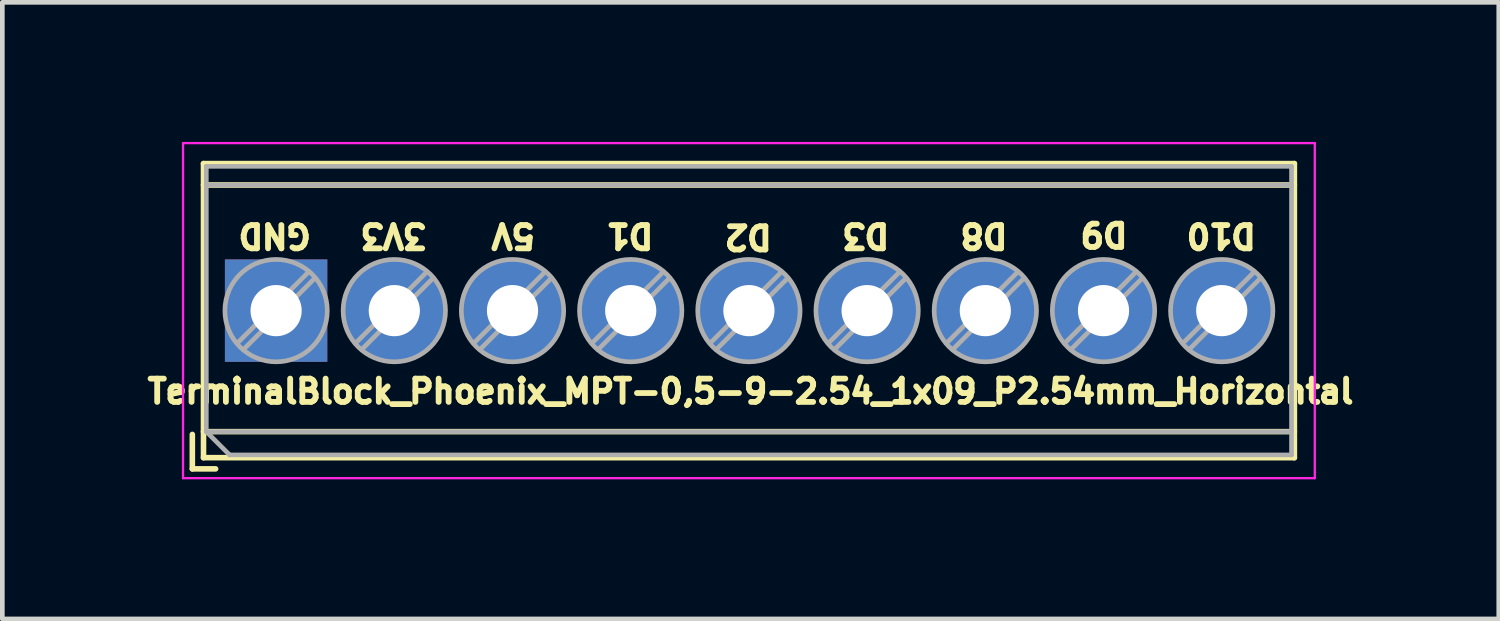
<source format=kicad_pcb>
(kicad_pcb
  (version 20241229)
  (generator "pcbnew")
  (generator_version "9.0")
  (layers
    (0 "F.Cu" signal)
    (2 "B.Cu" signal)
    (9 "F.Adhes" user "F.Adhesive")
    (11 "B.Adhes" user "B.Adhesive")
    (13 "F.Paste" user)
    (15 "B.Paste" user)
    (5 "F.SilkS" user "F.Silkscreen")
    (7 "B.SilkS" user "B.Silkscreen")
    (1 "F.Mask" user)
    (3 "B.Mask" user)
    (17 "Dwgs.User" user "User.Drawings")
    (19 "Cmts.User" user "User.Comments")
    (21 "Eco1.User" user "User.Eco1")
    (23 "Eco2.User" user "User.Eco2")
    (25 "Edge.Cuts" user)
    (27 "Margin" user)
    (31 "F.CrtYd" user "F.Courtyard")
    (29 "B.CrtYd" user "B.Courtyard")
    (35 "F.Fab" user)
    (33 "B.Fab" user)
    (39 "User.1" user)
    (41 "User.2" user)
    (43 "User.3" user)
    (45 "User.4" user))
  (footprint "TerminalBlock_Phoenix_MPT-0,5-9-2.54_1x09_P2.54mm_Horizontal"
    (layer "F.Cu")
    (at 2.883 3.625)
    (property "Reference" "TerminalBlock_Phoenix_MPT-0,5-9-2.54_1x09_P2.54mm_Horizontal" (at 10.195 1.736 0) (layer "F.SilkS") (effects (font (size 0.5 0.5) (thickness 0.125))))
    (attr through_hole)
    (fp_line (start -1.8 2.66) (end -1.8 3.4) (stroke (width 0.12) (type solid)) (layer "F.SilkS"))
    (fp_line (start -1.8 3.4) (end -1.3 3.4) (stroke (width 0.12) (type solid)) (layer "F.SilkS"))
    (fp_line (start -1.56 -3.16) (end -1.56 3.16) (stroke (width 0.12) (type solid)) (layer "F.SilkS"))
    (fp_line (start -1.56 -3.16) (end 21.881 -3.16) (stroke (width 0.12) (type solid)) (layer "F.SilkS"))
    (fp_line (start -1.56 -2.7) (end 21.881 -2.7) (stroke (width 0.12) (type solid)) (layer "F.SilkS"))
    (fp_line (start -1.56 2.6) (end 21.881 2.6) (stroke (width 0.12) (type solid)) (layer "F.SilkS"))
    (fp_line (start -1.56 3.16) (end 21.881 3.16) (stroke (width 0.12) (type solid)) (layer "F.SilkS"))
    (fp_line (start 21.881 -3.16) (end 21.881 3.16) (stroke (width 0.12) (type solid)) (layer "F.SilkS"))
    (fp_line (start -2 -3.6) (end -2 3.6) (stroke (width 0.05) (type solid)) (layer "F.CrtYd"))
    (fp_line (start -2 3.6) (end 22.32 3.6) (stroke (width 0.05) (type solid)) (layer "F.CrtYd"))
    (fp_line (start 22.32 -3.6) (end -2 -3.6) (stroke (width 0.05) (type solid)) (layer "F.CrtYd"))
    (fp_line (start 22.32 3.6) (end 22.32 -3.6) (stroke (width 0.05) (type solid)) (layer "F.CrtYd"))
    (fp_line (start -1.5 -3.1) (end 21.82 -3.1) (stroke (width 0.1) (type solid)) (layer "F.Fab"))
    (fp_line (start -1.5 -2.7) (end 21.82 -2.7) (stroke (width 0.1) (type solid)) (layer "F.Fab"))
    (fp_line (start -1.5 2.6) (end -1.5 -3.1) (stroke (width 0.1) (type solid)) (layer "F.Fab"))
    (fp_line (start -1.5 2.6) (end 21.82 2.6) (stroke (width 0.1) (type solid)) (layer "F.Fab"))
    (fp_line (start -1 3.1) (end -1.5 2.6) (stroke (width 0.1) (type solid)) (layer "F.Fab"))
    (fp_line (start 0.701 -0.835) (end -0.835 0.7) (stroke (width 0.1) (type solid)) (layer "F.Fab"))
    (fp_line (start 0.835 -0.7) (end -0.701 0.835) (stroke (width 0.1) (type solid)) (layer "F.Fab"))
    (fp_line (start 3.241 -0.835) (end 1.706 0.7) (stroke (width 0.1) (type solid)) (layer "F.Fab"))
    (fp_line (start 3.375 -0.7) (end 1.84 0.835) (stroke (width 0.1) (type solid)) (layer "F.Fab"))
    (fp_line (start 5.781 -0.835) (end 4.246 0.7) (stroke (width 0.1) (type solid)) (layer "F.Fab"))
    (fp_line (start 5.915 -0.7) (end 4.38 0.835) (stroke (width 0.1) (type solid)) (layer "F.Fab"))
    (fp_line (start 8.321 -0.835) (end 6.786 0.7) (stroke (width 0.1) (type solid)) (layer "F.Fab"))
    (fp_line (start 8.455 -0.7) (end 6.92 0.835) (stroke (width 0.1) (type solid)) (layer "F.Fab"))
    (fp_line (start 10.861 -0.835) (end 9.326 0.7) (stroke (width 0.1) (type solid)) (layer "F.Fab"))
    (fp_line (start 10.995 -0.7) (end 9.46 0.835) (stroke (width 0.1) (type solid)) (layer "F.Fab"))
    (fp_line (start 13.401 -0.835) (end 11.866 0.7) (stroke (width 0.1) (type solid)) (layer "F.Fab"))
    (fp_line (start 13.535 -0.7) (end 12 0.835) (stroke (width 0.1) (type solid)) (layer "F.Fab"))
    (fp_line (start 15.941 -0.835) (end 14.406 0.7) (stroke (width 0.1) (type solid)) (layer "F.Fab"))
    (fp_line (start 16.075 -0.7) (end 14.54 0.835) (stroke (width 0.1) (type solid)) (layer "F.Fab"))
    (fp_line (start 18.481 -0.835) (end 16.946 0.7) (stroke (width 0.1) (type solid)) (layer "F.Fab"))
    (fp_line (start 18.615 -0.7) (end 17.08 0.835) (stroke (width 0.1) (type solid)) (layer "F.Fab"))
    (fp_line (start 21.021 -0.835) (end 19.486 0.7) (stroke (width 0.1) (type solid)) (layer "F.Fab"))
    (fp_line (start 21.155 -0.7) (end 19.62 0.835) (stroke (width 0.1) (type solid)) (layer "F.Fab"))
    (fp_line (start 21.82 -3.1) (end 21.82 3.1) (stroke (width 0.1) (type solid)) (layer "F.Fab"))
    (fp_line (start 21.82 3.1) (end -1 3.1) (stroke (width 0.1) (type solid)) (layer "F.Fab"))
    (fp_circle (center 0 0) (end 1.1 0) (stroke (width 0.1) (type solid)) (fill no) (layer "F.Fab"))
    (fp_circle (center 2.54 0) (end 3.64 0) (stroke (width 0.1) (type solid)) (fill no) (layer "F.Fab"))
    (fp_circle (center 5.08 0) (end 6.18 0) (stroke (width 0.1) (type solid)) (fill no) (layer "F.Fab"))
    (fp_circle (center 7.62 0) (end 8.72 0) (stroke (width 0.1) (type solid)) (fill no) (layer "F.Fab"))
    (fp_circle (center 10.16 0) (end 11.26 0) (stroke (width 0.1) (type solid)) (fill no) (layer "F.Fab"))
    (fp_circle (center 12.7 0) (end 13.8 0) (stroke (width 0.1) (type solid)) (fill no) (layer "F.Fab"))
    (fp_circle (center 15.24 0) (end 16.34 0) (stroke (width 0.1) (type solid)) (fill no) (layer "F.Fab"))
    (fp_circle (center 17.78 0) (end 18.88 0) (stroke (width 0.1) (type solid)) (fill no) (layer "F.Fab"))
    (fp_circle (center 20.32 0) (end 21.42 0) (stroke (width 0.1) (type solid)) (fill no) (layer "F.Fab"))
    (fp_text user "D8" (at 15.21 -1.614 180) (unlocked yes) (layer "F.SilkS") (effects (font (size 0.5 0.5) (thickness 0.125))))
    (fp_text user "3V3" (at 2.52 -1.614 180) (unlocked yes) (layer "F.SilkS") (effects (font (size 0.5 0.5) (thickness 2))))
    (fp_text user "D1" (at 7.6 -1.614 180) (unlocked yes) (layer "F.SilkS") (effects (font (size 0.5 0.5) (thickness 0.125))))
    (fp_text user "D9" (at 17.79 -1.644 180) (unlocked yes) (layer "F.SilkS") (effects (font (size 0.5 0.5) (thickness 0.125))))
    (fp_text user "5V" (at 5.095 -1.614 180) (unlocked yes) (layer "F.SilkS") (effects (font (size 0.5 0.5) (thickness 0.125))))
    (fp_text user "D3" (at 12.67 -1.614 180) (unlocked yes) (layer "F.SilkS") (effects (font (size 0.5 0.5) (thickness 0.125))))
    (fp_text user "GND" (at -0.03 -1.614 180) (unlocked yes) (layer "F.SilkS") (effects (font (size 0.5 0.5) (thickness 2))))
    (fp_text user "D2" (at 10.145 -1.589 180) (unlocked yes) (layer "F.SilkS") (effects (font (size 0.5 0.5) (thickness 0.125))))
    (fp_text user "D10" (at 20.31 -1.614 180) (unlocked yes) (layer "F.SilkS") (effects (font (size 0.5 0.5) (thickness 0.125))))
    (pad "1" thru_hole rect (at 0 0) (size 2.2 2.2) (drill 1.1) (layers "*.Cu" "*.Mask"))
    (pad "2" thru_hole circle (at 2.54 0) (size 2.2 2.2) (drill 1.1) (layers "*.Cu" "*.Mask"))
    (pad "3" thru_hole circle (at 5.08 0) (size 2.2 2.2) (drill 1.1) (layers "*.Cu" "*.Mask"))
    (pad "4" thru_hole circle (at 7.62 0) (size 2.2 2.2) (drill 1.1) (layers "*.Cu" "*.Mask"))
    (pad "5" thru_hole circle (at 10.16 0) (size 2.2 2.2) (drill 1.1) (layers "*.Cu" "*.Mask"))
    (pad "6" thru_hole circle (at 12.7 0) (size 2.2 2.2) (drill 1.1) (layers "*.Cu" "*.Mask"))
    (pad "7" thru_hole circle (at 15.24 0) (size 2.2 2.2) (drill 1.1) (layers "*.Cu" "*.Mask"))
    (pad "8" thru_hole circle (at 17.78 0) (size 2.2 2.2) (drill 1.1) (layers "*.Cu" "*.Mask"))
    (pad "9" thru_hole circle (at 20.32 0) (size 2.2 2.2) (drill 1.1) (layers "*.Cu" "*.Mask")))
  (gr_rect
    (start -3 -3)
    (end 29.156 10.25)
    (stroke (width 0.1) (type default))
    (fill no)
    (layer "Edge.Cuts")))
</source>
